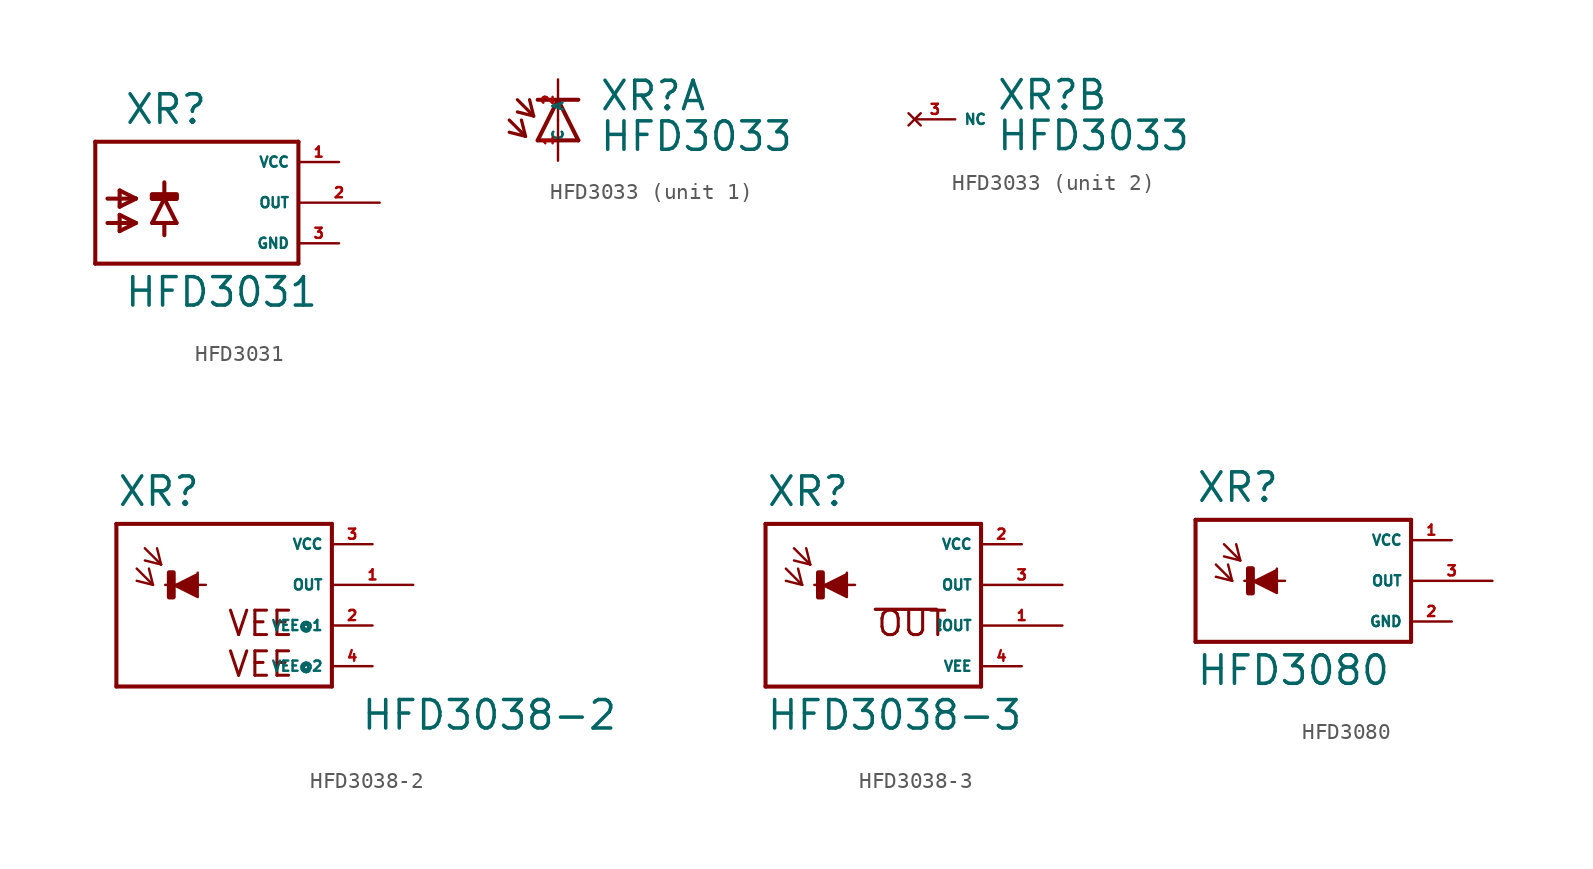
<source format=kicad_sym>
(kicad_symbol_lib
  (version 20220914)
  (generator Eagle2Kicad)
  (symbol "HFD3031"
    (property "Reference" "XR"
      (at -3.302 4.801 0)
      (effects (font (size 1.778 1.778) (thickness 0.22)) (justify left bottom)))
    (property "Value" "HFD3031"
      (at -3.302 -6.629 0)
      (effects (font (size 1.778 1.778) (thickness 0.22)) (justify left bottom)))
    (polyline
      (pts (xy -4.318 0.254) (xy -2.54 0.254))
      (stroke (width 0.254) (type default))
      (fill (type none)))
    (polyline
      (pts (xy -2.54 0.254) (xy -3.556 -0.254))
      (stroke (width 0.254) (type default))
      (fill (type none)))
    (polyline
      (pts (xy -2.54 0.254) (xy -3.556 0.762))
      (stroke (width 0.254) (type default))
      (fill (type none)))
    (polyline
      (pts (xy -4.318 -1.27) (xy -2.54 -1.27))
      (stroke (width 0.254) (type default))
      (fill (type none)))
    (polyline
      (pts (xy -2.54 -1.27) (xy -3.556 -1.778))
      (stroke (width 0.254) (type default))
      (fill (type none)))
    (polyline
      (pts (xy -2.54 -1.27) (xy -3.556 -0.762))
      (stroke (width 0.254) (type default))
      (fill (type none)))
    (polyline
      (pts (xy 7.62 3.81) (xy -5.08 3.81))
      (stroke (width 0.254) (type default))
      (fill (type none)))
    (polyline
      (pts (xy -5.08 3.81) (xy -5.08 -3.81))
      (stroke (width 0.254) (type default))
      (fill (type none)))
    (polyline
      (pts (xy -5.08 -3.81) (xy 7.62 -3.81))
      (stroke (width 0.254) (type default))
      (fill (type none)))
    (polyline
      (pts (xy 7.62 -3.81) (xy 7.62 3.81))
      (stroke (width 0.254) (type default))
      (fill (type none)))
    (polyline
      (pts (xy -3.556 0.762) (xy -3.556 -0.254))
      (stroke (width 0.254) (type default))
      (fill (type none)))
    (polyline
      (pts (xy -3.556 -0.762) (xy -3.556 -1.778))
      (stroke (width 0.254) (type default))
      (fill (type none)))
    (polyline
      (pts (xy -0.762 0.254) (xy 0 -1.27))
      (stroke (width 0.254) (type default))
      (fill (type none)))
    (polyline
      (pts (xy 0 -1.27) (xy -0.762 -1.27))
      (stroke (width 0.254) (type default))
      (fill (type none)))
    (polyline
      (pts (xy -0.762 -1.27) (xy -1.524 -1.27))
      (stroke (width 0.254) (type default))
      (fill (type none)))
    (polyline
      (pts (xy -1.524 -1.27) (xy -0.762 0.254))
      (stroke (width 0.254) (type default))
      (fill (type none)))
    (polyline
      (pts (xy -0.762 1.27) (xy -0.762 0.254))
      (stroke (width 0.254) (type default))
      (fill (type none)))
    (polyline
      (pts (xy -0.762 -1.27) (xy -0.762 -2.032))
      (stroke (width 0.254) (type default))
      (fill (type none)))
    (rectangle
      (start -1.524 0.254)
      (end 0 0.508)
      (stroke (width 0.3) (type default))
      (fill (type outline)))
    (pin unspecified line
      (at 10.16 2.54 180)
      (length 2.54)
      (name "VCC" (effects (font (size 0.635 0.635) (thickness 0.08)) (justify left bottom)))
      (number "1" (effects (font (size 0.635 0.635) (thickness 0.08)) (justify left bottom))))
    (pin unspecified line
      (at 10.16 -2.54 180)
      (length 2.54)
      (name "GND" (effects (font (size 0.635 0.635) (thickness 0.08)) (justify left bottom)))
      (number "3" (effects (font (size 0.635 0.635) (thickness 0.08)) (justify left bottom))))
    (pin output line
      (at 12.7 0 180)
      (length 5.08)
      (name "OUT" (effects (font (size 0.635 0.635) (thickness 0.08)) (justify left bottom)))
      (number "2" (effects (font (size 0.635 0.635) (thickness 0.08)) (justify left bottom)))))
  (symbol "HFD3033"
    (property "Reference" "XR"
      (at 2.54 0.483 0)
      (effects (font (size 1.778 1.778) (thickness 0.22)) (justify left bottom)))
    (property "Value" "HFD3033"
      (at 2.54 -2.057 0)
      (effects (font (size 1.778 1.778) (thickness 0.22)) (justify left bottom)))
    (symbol "HFD3033_1_0"
      (polyline (pts (xy 1.27 -1.27) (xy 0 1.27)) (stroke (width 0.254) (type default)) (fill (type none)))
      (polyline (pts (xy 0 1.27) (xy -1.27 -1.27)) (stroke (width 0.254) (type default)) (fill (type none)))
      (polyline (pts (xy -1.27 1.27) (xy 0 1.27)) (stroke (width 0.254) (type default)) (fill (type none)))
      (polyline (pts (xy -1.27 -1.27) (xy 1.27 -1.27)) (stroke (width 0.254) (type default)) (fill (type none)))
      (polyline (pts (xy 0 1.27) (xy 1.27 1.27)) (stroke (width 0.254) (type default)) (fill (type none)))
      (polyline (pts (xy -3.048 0) (xy -2.032 -1.016)) (stroke (width 0.203) (type default)) (fill (type none)))
      (polyline (pts (xy -2.032 -1.016) (xy -2.286 0)) (stroke (width 0.203) (type default)) (fill (type none)))
      (polyline (pts (xy -2.032 -1.016) (xy -3.048 -0.762)) (stroke (width 0.203) (type default)) (fill (type none)))
      (polyline (pts (xy -2.54 1.27) (xy -1.524 0.254)) (stroke (width 0.203) (type default)) (fill (type none)))
      (polyline (pts (xy -1.524 0.254) (xy -1.778 1.27)) (stroke (width 0.203) (type default)) (fill (type none)))
      (polyline (pts (xy -1.524 0.254) (xy -2.54 0.508)) (stroke (width 0.203) (type default)) (fill (type none)))
      (pin passive line (at 0 -2.54 90) (length 2.54) (name "A" (effects (font (size 0.635 0.635) (thickness 0.08)) (justify left bottom))) (number "1" (effects (font (size 0.635 0.635) (thickness 0.08)) (justify left bottom))))
      (pin passive line (at 0 2.54 270) (length 2.54) (name "C" (effects (font (size 0.635 0.635) (thickness 0.08)) (justify left bottom))) (number "2" (effects (font (size 0.635 0.635) (thickness 0.08)) (justify left bottom)))))
    (symbol "HFD3033_2_0"
      (pin no_connect line (at -2.54 0 0) (length 2.54) (name "NC" (effects (font (size 0.635 0.635) (thickness 0.08)) (justify left bottom) hide)) (number "3" (effects (font (size 0.635 0.635) (thickness 0.08)) (justify left bottom) hide)))))
  (symbol "HFD3038-2"
    (property "Reference" "XR"
      (at -5.842 4.801 0)
      (effects (font (size 1.778 1.778) (thickness 0.22)) (justify left bottom)))
    (property "Value" "HFD3038-2"
      (at 9.398 -9.169 0)
      (effects (font (size 1.778 1.778) (thickness 0.22)) (justify left bottom)))
    (polyline
      (pts (xy -2.286 0) (xy -0.762 -0.762) (xy -0.762 0.762))
      (stroke (width 0.152) (type default))
      (fill (type outline)))
    (polyline
      (pts (xy -4.572 1.016) (xy -3.556 0))
      (stroke (width 0.152) (type default))
      (fill (type none)))
    (polyline
      (pts (xy -3.556 0) (xy -3.81 1.016))
      (stroke (width 0.152) (type default))
      (fill (type none)))
    (polyline
      (pts (xy -3.556 0) (xy -4.572 0.254))
      (stroke (width 0.152) (type default))
      (fill (type none)))
    (polyline
      (pts (xy -4.064 2.286) (xy -3.048 1.27))
      (stroke (width 0.152) (type default))
      (fill (type none)))
    (polyline
      (pts (xy -3.048 1.27) (xy -3.302 2.286))
      (stroke (width 0.152) (type default))
      (fill (type none)))
    (polyline
      (pts (xy -3.048 1.27) (xy -4.064 1.524))
      (stroke (width 0.152) (type default))
      (fill (type none)))
    (polyline
      (pts (xy 7.62 3.81) (xy 7.62 -6.35))
      (stroke (width 0.254) (type default))
      (fill (type none)))
    (polyline
      (pts (xy 7.62 -6.35) (xy -5.842 -6.35))
      (stroke (width 0.254) (type default))
      (fill (type none)))
    (polyline
      (pts (xy -5.842 -6.35) (xy -5.842 3.81))
      (stroke (width 0.254) (type default))
      (fill (type none)))
    (polyline
      (pts (xy -5.842 3.81) (xy 7.62 3.81))
      (stroke (width 0.254) (type default))
      (fill (type none)))
    (polyline
      (pts (xy -2.794 0) (xy -0.254 0))
      (stroke (width 0.152) (type default))
      (fill (type none)))
    (text "VEE"
      (at 1.016 -3.302 0)
      (effects (font (size 1.524 1.524) (thickness 0.19)) (justify left bottom)))
    (text "VEE"
      (at 1.016 -5.842 0)
      (effects (font (size 1.524 1.524) (thickness 0.19)) (justify left bottom)))
    (rectangle
      (start -2.54 -0.762)
      (end -2.286 0.762)
      (stroke (width 0.3) (type default))
      (fill (type outline)))
    (pin unspecified line
      (at 10.16 2.54 180)
      (length 2.54)
      (name "VCC" (effects (font (size 0.635 0.635) (thickness 0.08)) (justify left bottom)))
      (number "3" (effects (font (size 0.635 0.635) (thickness 0.08)) (justify left bottom))))
    (pin unspecified line
      (at 10.16 -2.54 180)
      (length 2.54)
      (name "VEE@1" (effects (font (size 0.635 0.635) (thickness 0.08)) (justify left bottom)))
      (number "2" (effects (font (size 0.635 0.635) (thickness 0.08)) (justify left bottom))))
    (pin output line
      (at 12.7 0 180)
      (length 5.08)
      (name "OUT" (effects (font (size 0.635 0.635) (thickness 0.08)) (justify left bottom)))
      (number "1" (effects (font (size 0.635 0.635) (thickness 0.08)) (justify left bottom))))
    (pin unspecified line
      (at 10.16 -5.08 180)
      (length 2.54)
      (name "VEE@2" (effects (font (size 0.635 0.635) (thickness 0.08)) (justify left bottom)))
      (number "4" (effects (font (size 0.635 0.635) (thickness 0.08)) (justify left bottom)))))
  (symbol "HFD3038-3"
    (property "Reference" "XR"
      (at -5.842 4.801 0)
      (effects (font (size 1.778 1.778) (thickness 0.22)) (justify left bottom)))
    (property "Value" "HFD3038-3"
      (at -5.842 -9.169 0)
      (effects (font (size 1.778 1.778) (thickness 0.22)) (justify left bottom)))
    (polyline
      (pts (xy -2.286 0) (xy -0.762 -0.762) (xy -0.762 0.762))
      (stroke (width 0.152) (type default))
      (fill (type outline)))
    (polyline
      (pts (xy -4.572 1.016) (xy -3.556 0))
      (stroke (width 0.152) (type default))
      (fill (type none)))
    (polyline
      (pts (xy -3.556 0) (xy -3.81 1.016))
      (stroke (width 0.152) (type default))
      (fill (type none)))
    (polyline
      (pts (xy -3.556 0) (xy -4.572 0.254))
      (stroke (width 0.152) (type default))
      (fill (type none)))
    (polyline
      (pts (xy -4.064 2.286) (xy -3.048 1.27))
      (stroke (width 0.152) (type default))
      (fill (type none)))
    (polyline
      (pts (xy -3.048 1.27) (xy -3.302 2.286))
      (stroke (width 0.152) (type default))
      (fill (type none)))
    (polyline
      (pts (xy -3.048 1.27) (xy -4.064 1.524))
      (stroke (width 0.152) (type default))
      (fill (type none)))
    (polyline
      (pts (xy 7.62 3.81) (xy 7.62 -6.35))
      (stroke (width 0.254) (type default))
      (fill (type none)))
    (polyline
      (pts (xy 7.62 -6.35) (xy -5.842 -6.35))
      (stroke (width 0.254) (type default))
      (fill (type none)))
    (polyline
      (pts (xy -5.842 -6.35) (xy -5.842 3.81))
      (stroke (width 0.254) (type default))
      (fill (type none)))
    (polyline
      (pts (xy -5.842 3.81) (xy 7.62 3.81))
      (stroke (width 0.254) (type default))
      (fill (type none)))
    (polyline
      (pts (xy -2.794 0) (xy -0.254 0))
      (stroke (width 0.152) (type default))
      (fill (type none)))
    (polyline
      (pts (xy 1.016 -1.524) (xy 4.826 -1.524))
      (stroke (width 0.203) (type default))
      (fill (type none)))
    (text "OUT"
      (at 1.016 -3.302 0)
      (effects (font (size 1.524 1.524) (thickness 0.19)) (justify left bottom)))
    (rectangle
      (start -2.54 -0.762)
      (end -2.286 0.762)
      (stroke (width 0.3) (type default))
      (fill (type outline)))
    (pin unspecified line
      (at 10.16 2.54 180)
      (length 2.54)
      (name "VCC" (effects (font (size 0.635 0.635) (thickness 0.08)) (justify left bottom)))
      (number "2" (effects (font (size 0.635 0.635) (thickness 0.08)) (justify left bottom))))
    (pin unspecified line
      (at 10.16 -5.08 180)
      (length 2.54)
      (name "VEE" (effects (font (size 0.635 0.635) (thickness 0.08)) (justify left bottom)))
      (number "4" (effects (font (size 0.635 0.635) (thickness 0.08)) (justify left bottom))))
    (pin output line
      (at 12.7 0 180)
      (length 5.08)
      (name "OUT" (effects (font (size 0.635 0.635) (thickness 0.08)) (justify left bottom)))
      (number "3" (effects (font (size 0.635 0.635) (thickness 0.08)) (justify left bottom))))
    (pin output line
      (at 12.7 -2.54 180)
      (length 5.08)
      (name "!OUT" (effects (font (size 0.635 0.635) (thickness 0.08)) (justify left bottom)))
      (number "1" (effects (font (size 0.635 0.635) (thickness 0.08)) (justify left bottom)))))
  (symbol "HFD3080"
    (property "Reference" "XR"
      (at -5.842 4.801 0)
      (effects (font (size 1.778 1.778) (thickness 0.22)) (justify left bottom)))
    (property "Value" "HFD3080"
      (at -5.842 -6.629 0)
      (effects (font (size 1.778 1.778) (thickness 0.22)) (justify left bottom)))
    (polyline
      (pts (xy -2.286 0) (xy -0.762 -0.762) (xy -0.762 0.762))
      (stroke (width 0.152) (type default))
      (fill (type outline)))
    (polyline
      (pts (xy -4.572 1.016) (xy -3.556 0))
      (stroke (width 0.152) (type default))
      (fill (type none)))
    (polyline
      (pts (xy -3.556 0) (xy -3.81 1.016))
      (stroke (width 0.152) (type default))
      (fill (type none)))
    (polyline
      (pts (xy -3.556 0) (xy -4.572 0.254))
      (stroke (width 0.152) (type default))
      (fill (type none)))
    (polyline
      (pts (xy -4.064 2.286) (xy -3.048 1.27))
      (stroke (width 0.152) (type default))
      (fill (type none)))
    (polyline
      (pts (xy -3.048 1.27) (xy -3.302 2.286))
      (stroke (width 0.152) (type default))
      (fill (type none)))
    (polyline
      (pts (xy -3.048 1.27) (xy -4.064 1.524))
      (stroke (width 0.152) (type default))
      (fill (type none)))
    (polyline
      (pts (xy 7.62 3.81) (xy 7.62 -3.81))
      (stroke (width 0.254) (type default))
      (fill (type none)))
    (polyline
      (pts (xy 7.62 -3.81) (xy -5.842 -3.81))
      (stroke (width 0.254) (type default))
      (fill (type none)))
    (polyline
      (pts (xy -5.842 -3.81) (xy -5.842 3.81))
      (stroke (width 0.254) (type default))
      (fill (type none)))
    (polyline
      (pts (xy -5.842 3.81) (xy 7.62 3.81))
      (stroke (width 0.254) (type default))
      (fill (type none)))
    (polyline
      (pts (xy -2.794 0) (xy -0.254 0))
      (stroke (width 0.152) (type default))
      (fill (type none)))
    (rectangle
      (start -2.54 -0.762)
      (end -2.286 0.762)
      (stroke (width 0.3) (type default))
      (fill (type outline)))
    (pin unspecified line
      (at 10.16 2.54 180)
      (length 2.54)
      (name "VCC" (effects (font (size 0.635 0.635) (thickness 0.08)) (justify left bottom)))
      (number "1" (effects (font (size 0.635 0.635) (thickness 0.08)) (justify left bottom))))
    (pin unspecified line
      (at 10.16 -2.54 180)
      (length 2.54)
      (name "GND" (effects (font (size 0.635 0.635) (thickness 0.08)) (justify left bottom)))
      (number "2" (effects (font (size 0.635 0.635) (thickness 0.08)) (justify left bottom))))
    (pin output line
      (at 12.7 0 180)
      (length 5.08)
      (name "OUT" (effects (font (size 0.635 0.635) (thickness 0.08)) (justify left bottom)))
      (number "3" (effects (font (size 0.635 0.635) (thickness 0.08)) (justify left bottom))))))
</source>
